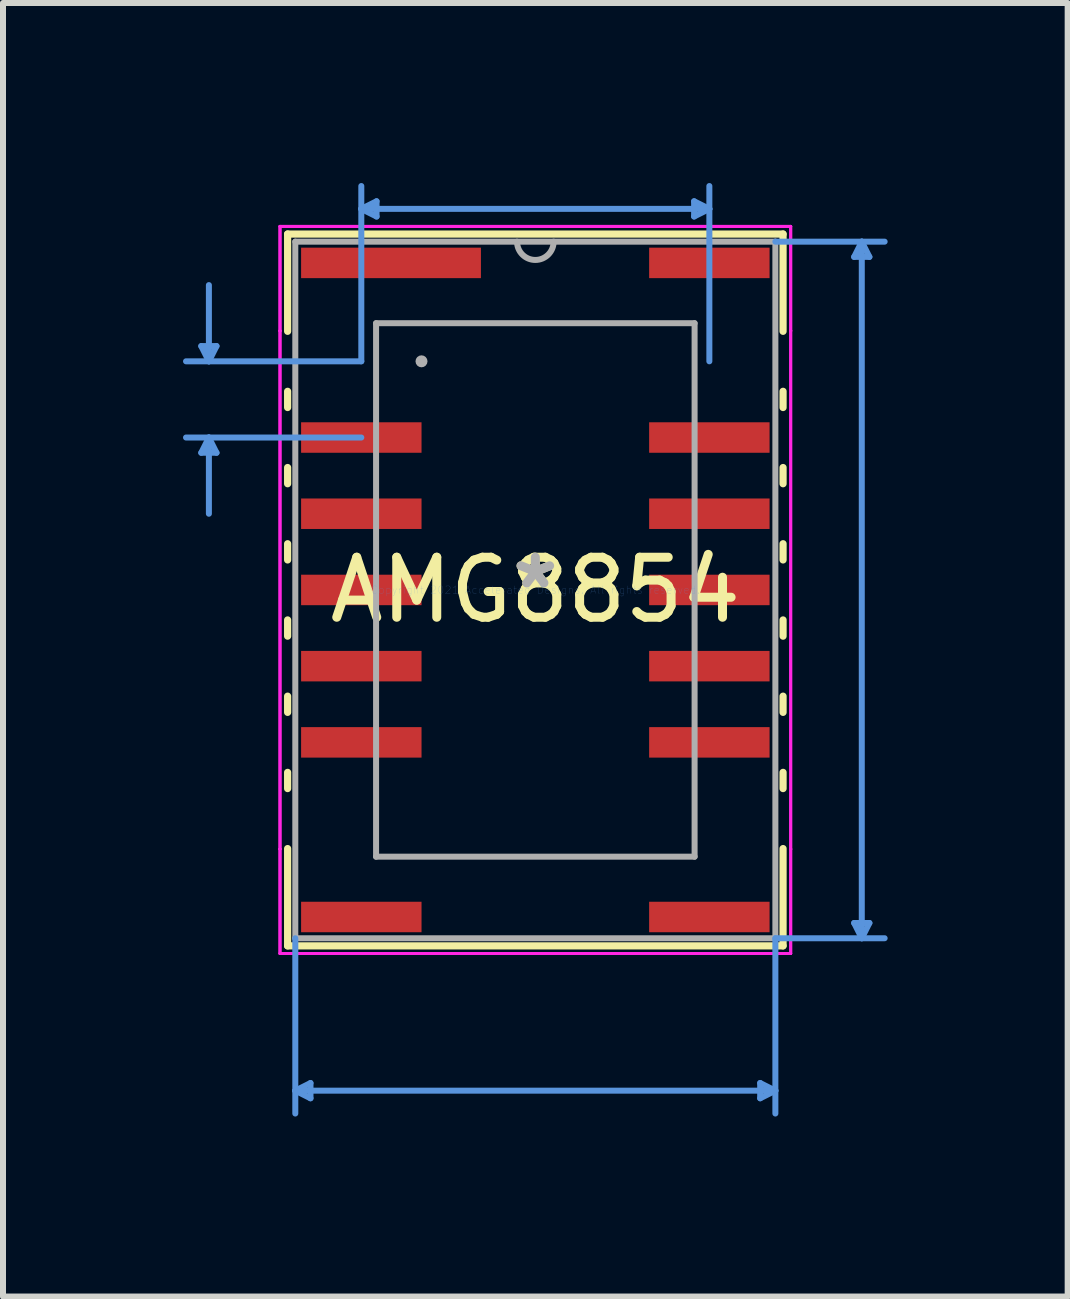
<source format=kicad_pcb>
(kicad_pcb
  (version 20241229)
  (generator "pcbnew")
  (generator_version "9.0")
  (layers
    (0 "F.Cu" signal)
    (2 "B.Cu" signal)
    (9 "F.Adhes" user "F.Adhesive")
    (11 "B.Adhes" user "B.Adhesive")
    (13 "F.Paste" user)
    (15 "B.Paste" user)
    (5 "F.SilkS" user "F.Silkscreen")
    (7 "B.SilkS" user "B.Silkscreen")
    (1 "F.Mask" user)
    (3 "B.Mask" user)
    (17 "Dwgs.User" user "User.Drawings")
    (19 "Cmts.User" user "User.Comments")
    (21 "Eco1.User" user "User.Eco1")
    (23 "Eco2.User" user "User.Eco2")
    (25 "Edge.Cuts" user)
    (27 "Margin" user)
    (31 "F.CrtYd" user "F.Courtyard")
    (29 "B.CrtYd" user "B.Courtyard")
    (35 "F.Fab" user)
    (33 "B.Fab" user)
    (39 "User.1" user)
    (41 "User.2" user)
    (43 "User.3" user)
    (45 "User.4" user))
  (footprint "AMG8854"
    (layer "F.Cu")
    (at 5.871 6.781)
    (property "Reference" "AMG8854" (at 0 0 0) (layer "F.SilkS") (effects (font (size 1 1) (thickness 0.15))))
    (attr through_hole)
    (fp_line (start -4.128 -5.931) (end -4.128 -4.31) (stroke (width 0.12) (type solid)) (layer "F.SilkS"))
    (fp_line (start -4.128 -3.31) (end -4.128 -3.04) (stroke (width 0.12) (type solid)) (layer "F.SilkS"))
    (fp_line (start -4.128 -2.04) (end -4.128 -1.77) (stroke (width 0.12) (type solid)) (layer "F.SilkS"))
    (fp_line (start -4.128 -0.77) (end -4.128 -0.5) (stroke (width 0.12) (type solid)) (layer "F.SilkS"))
    (fp_line (start -4.128 0.5) (end -4.128 0.77) (stroke (width 0.12) (type solid)) (layer "F.SilkS"))
    (fp_line (start -4.128 1.77) (end -4.128 2.04) (stroke (width 0.12) (type solid)) (layer "F.SilkS"))
    (fp_line (start -4.128 3.04) (end -4.128 3.31) (stroke (width 0.12) (type solid)) (layer "F.SilkS"))
    (fp_line (start -4.128 4.31) (end -4.128 5.931) (stroke (width 0.12) (type solid)) (layer "F.SilkS"))
    (fp_line (start -4.128 5.931) (end 4.128 5.931) (stroke (width 0.12) (type solid)) (layer "F.SilkS"))
    (fp_line (start 4.128 -5.931) (end -4.128 -5.931) (stroke (width 0.12) (type solid)) (layer "F.SilkS"))
    (fp_line (start 4.128 -4.31) (end 4.128 -5.931) (stroke (width 0.12) (type solid)) (layer "F.SilkS"))
    (fp_line (start 4.128 -3.04) (end 4.128 -3.31) (stroke (width 0.12) (type solid)) (layer "F.SilkS"))
    (fp_line (start 4.128 -1.77) (end 4.128 -2.04) (stroke (width 0.12) (type solid)) (layer "F.SilkS"))
    (fp_line (start 4.128 -0.5) (end 4.128 -0.77) (stroke (width 0.12) (type solid)) (layer "F.SilkS"))
    (fp_line (start 4.128 0.77) (end 4.128 0.5) (stroke (width 0.12) (type solid)) (layer "F.SilkS"))
    (fp_line (start 4.128 2.04) (end 4.128 1.77) (stroke (width 0.12) (type solid)) (layer "F.SilkS"))
    (fp_line (start 4.128 3.31) (end 4.128 3.04) (stroke (width 0.12) (type solid)) (layer "F.SilkS"))
    (fp_line (start 4.128 5.931) (end 4.128 4.31) (stroke (width 0.12) (type solid)) (layer "F.SilkS"))
    (fp_line (start -5.567 -4.064) (end -5.313 -4.064) (stroke (width 0.1) (type solid)) (layer "Cmts.User"))
    (fp_line (start -5.567 -2.286) (end -5.313 -2.286) (stroke (width 0.1) (type solid)) (layer "Cmts.User"))
    (fp_line (start -5.44 -3.81) (end -5.567 -4.064) (stroke (width 0.1) (type solid)) (layer "Cmts.User"))
    (fp_line (start -5.44 -3.81) (end -5.44 -5.08) (stroke (width 0.1) (type solid)) (layer "Cmts.User"))
    (fp_line (start -5.44 -3.81) (end -5.313 -4.064) (stroke (width 0.1) (type solid)) (layer "Cmts.User"))
    (fp_line (start -5.44 -2.54) (end -5.567 -2.286) (stroke (width 0.1) (type solid)) (layer "Cmts.User"))
    (fp_line (start -5.44 -2.54) (end -5.44 -1.27) (stroke (width 0.1) (type solid)) (layer "Cmts.User"))
    (fp_line (start -5.44 -2.54) (end -5.313 -2.286) (stroke (width 0.1) (type solid)) (layer "Cmts.User"))
    (fp_line (start -4 5.804) (end -4 8.725) (stroke (width 0.1) (type solid)) (layer "Cmts.User"))
    (fp_line (start -4 8.344) (end -3.747 8.217) (stroke (width 0.1) (type solid)) (layer "Cmts.User"))
    (fp_line (start -4 8.344) (end -3.747 8.471) (stroke (width 0.1) (type solid)) (layer "Cmts.User"))
    (fp_line (start -4 8.344) (end 4 8.344) (stroke (width 0.1) (type solid)) (layer "Cmts.User"))
    (fp_line (start -3.747 8.217) (end -3.747 8.471) (stroke (width 0.1) (type solid)) (layer "Cmts.User"))
    (fp_line (start -2.9 -6.35) (end -2.646 -6.477) (stroke (width 0.1) (type solid)) (layer "Cmts.User"))
    (fp_line (start -2.9 -6.35) (end -2.646 -6.223) (stroke (width 0.1) (type solid)) (layer "Cmts.User"))
    (fp_line (start -2.9 -6.35) (end 2.9 -6.35) (stroke (width 0.1) (type solid)) (layer "Cmts.User"))
    (fp_line (start -2.9 -3.81) (end -5.821 -3.81) (stroke (width 0.1) (type solid)) (layer "Cmts.User"))
    (fp_line (start -2.9 -3.81) (end -2.9 -6.731) (stroke (width 0.1) (type solid)) (layer "Cmts.User"))
    (fp_line (start -2.9 -2.54) (end -5.821 -2.54) (stroke (width 0.1) (type solid)) (layer "Cmts.User"))
    (fp_line (start -2.646 -6.477) (end -2.646 -6.223) (stroke (width 0.1) (type solid)) (layer "Cmts.User"))
    (fp_line (start 2.646 -6.477) (end 2.646 -6.223) (stroke (width 0.1) (type solid)) (layer "Cmts.User"))
    (fp_line (start 2.9 -6.35) (end 2.646 -6.477) (stroke (width 0.1) (type solid)) (layer "Cmts.User"))
    (fp_line (start 2.9 -6.35) (end 2.646 -6.223) (stroke (width 0.1) (type solid)) (layer "Cmts.User"))
    (fp_line (start 2.9 -3.81) (end 2.9 -6.731) (stroke (width 0.1) (type solid)) (layer "Cmts.User"))
    (fp_line (start 3.747 8.217) (end 3.747 8.471) (stroke (width 0.1) (type solid)) (layer "Cmts.User"))
    (fp_line (start 4 -5.804) (end 5.821 -5.804) (stroke (width 0.1) (type solid)) (layer "Cmts.User"))
    (fp_line (start 4 5.804) (end 4 8.725) (stroke (width 0.1) (type solid)) (layer "Cmts.User"))
    (fp_line (start 4 5.804) (end 5.821 5.804) (stroke (width 0.1) (type solid)) (layer "Cmts.User"))
    (fp_line (start 4 8.344) (end 3.747 8.217) (stroke (width 0.1) (type solid)) (layer "Cmts.User"))
    (fp_line (start 4 8.344) (end 3.747 8.471) (stroke (width 0.1) (type solid)) (layer "Cmts.User"))
    (fp_line (start 5.313 -5.55) (end 5.567 -5.55) (stroke (width 0.1) (type solid)) (layer "Cmts.User"))
    (fp_line (start 5.313 5.55) (end 5.567 5.55) (stroke (width 0.1) (type solid)) (layer "Cmts.User"))
    (fp_line (start 5.44 -5.804) (end 5.313 -5.55) (stroke (width 0.1) (type solid)) (layer "Cmts.User"))
    (fp_line (start 5.44 -5.804) (end 5.44 5.804) (stroke (width 0.1) (type solid)) (layer "Cmts.User"))
    (fp_line (start 5.44 -5.804) (end 5.567 -5.55) (stroke (width 0.1) (type solid)) (layer "Cmts.User"))
    (fp_line (start 5.44 5.804) (end 5.313 5.55) (stroke (width 0.1) (type solid)) (layer "Cmts.User"))
    (fp_line (start 5.44 5.804) (end 5.567 5.55) (stroke (width 0.1) (type solid)) (layer "Cmts.User"))
    (fp_line (start -4.255 -6.058) (end 4.255 -6.058) (stroke (width 0.05) (type solid)) (layer "F.CrtYd"))
    (fp_line (start -4.255 -6.058) (end 4.255 -6.058) (stroke (width 0.05) (type solid)) (layer "F.CrtYd"))
    (fp_line (start -4.255 -4.318) (end -4.255 -6.058) (stroke (width 0.05) (type solid)) (layer "F.CrtYd"))
    (fp_line (start -4.255 -4.318) (end -4.255 -6.058) (stroke (width 0.05) (type solid)) (layer "F.CrtYd"))
    (fp_line (start -4.255 -4.318) (end -4.255 -4.318) (stroke (width 0.05) (type solid)) (layer "F.CrtYd"))
    (fp_line (start -4.255 -4.318) (end -4.255 -4.318) (stroke (width 0.05) (type solid)) (layer "F.CrtYd"))
    (fp_line (start -4.255 4.318) (end -4.255 -4.318) (stroke (width 0.05) (type solid)) (layer "F.CrtYd"))
    (fp_line (start -4.255 4.318) (end -4.255 -4.318) (stroke (width 0.05) (type solid)) (layer "F.CrtYd"))
    (fp_line (start -4.255 4.318) (end -4.255 4.318) (stroke (width 0.05) (type solid)) (layer "F.CrtYd"))
    (fp_line (start -4.255 4.318) (end -4.255 4.318) (stroke (width 0.05) (type solid)) (layer "F.CrtYd"))
    (fp_line (start -4.255 6.058) (end -4.255 4.318) (stroke (width 0.05) (type solid)) (layer "F.CrtYd"))
    (fp_line (start -4.255 6.058) (end -4.255 4.318) (stroke (width 0.05) (type solid)) (layer "F.CrtYd"))
    (fp_line (start 4.255 -6.058) (end 4.255 -4.318) (stroke (width 0.05) (type solid)) (layer "F.CrtYd"))
    (fp_line (start 4.255 -6.058) (end 4.255 -4.318) (stroke (width 0.05) (type solid)) (layer "F.CrtYd"))
    (fp_line (start 4.255 -4.318) (end 4.255 -4.318) (stroke (width 0.05) (type solid)) (layer "F.CrtYd"))
    (fp_line (start 4.255 -4.318) (end 4.255 -4.318) (stroke (width 0.05) (type solid)) (layer "F.CrtYd"))
    (fp_line (start 4.255 -4.318) (end 4.255 4.318) (stroke (width 0.05) (type solid)) (layer "F.CrtYd"))
    (fp_line (start 4.255 -4.318) (end 4.255 4.318) (stroke (width 0.05) (type solid)) (layer "F.CrtYd"))
    (fp_line (start 4.255 4.318) (end 4.255 4.318) (stroke (width 0.05) (type solid)) (layer "F.CrtYd"))
    (fp_line (start 4.255 4.318) (end 4.255 4.318) (stroke (width 0.05) (type solid)) (layer "F.CrtYd"))
    (fp_line (start 4.255 4.318) (end 4.255 6.058) (stroke (width 0.05) (type solid)) (layer "F.CrtYd"))
    (fp_line (start 4.255 4.318) (end 4.255 6.058) (stroke (width 0.05) (type solid)) (layer "F.CrtYd"))
    (fp_line (start 4.255 6.058) (end -4.255 6.058) (stroke (width 0.05) (type solid)) (layer "F.CrtYd"))
    (fp_line (start 4.255 6.058) (end -4.255 6.058) (stroke (width 0.05) (type solid)) (layer "F.CrtYd"))
    (fp_line (start -4 -5.804) (end -4 5.804) (stroke (width 0.1) (type solid)) (layer "F.Fab"))
    (fp_line (start -4 5.804) (end 4 5.804) (stroke (width 0.1) (type solid)) (layer "F.Fab"))
    (fp_line (start -2.654 -4.445) (end 2.654 -4.445) (stroke (width 0.1) (type solid)) (layer "F.Fab"))
    (fp_line (start -2.654 4.445) (end -2.654 -4.445) (stroke (width 0.1) (type solid)) (layer "F.Fab"))
    (fp_line (start 2.654 -4.445) (end 2.654 4.445) (stroke (width 0.1) (type solid)) (layer "F.Fab"))
    (fp_line (start 2.654 4.445) (end -2.654 4.445) (stroke (width 0.1) (type solid)) (layer "F.Fab"))
    (fp_line (start 4 -5.804) (end -4 -5.804) (stroke (width 0.1) (type solid)) (layer "F.Fab"))
    (fp_line (start 4 5.804) (end 4 -5.804) (stroke (width 0.1) (type solid)) (layer "F.Fab"))
    (fp_arc (start 0.3048 -5.8039) (mid 0 -5.4991) (end -0.3048 -5.8039) (stroke (width 0.1) (type solid)) (layer "F.Fab"))
    (fp_circle (center -1.897 -3.81) (end -1.897 -3.81) (stroke (width 0.1) (type solid)) (fill no) (layer "F.Fab"))
    (fp_text user "*" (at 0 0 0) (layer "F.SilkS") (effects (font (size 1 1) (thickness 0.15))))
    (fp_text user "Copyright 2021 Accelerated Designs. All rights reserved." (at 0 0 0) (layer "Cmts.User") (effects (font (size 0.127 0.127) (thickness 0.002))))
    (fp_text user "*" (at 0 0 0) (layer "F.Fab") (effects (font (size 1 1) (thickness 0.15))))
    (pad "1" smd rect (at -2.405 -5.45) (size 2.997 0.508) (layers "F.Cu" "F.Mask" "F.Paste"))
    (pad "2" smd rect (at -2.9 -2.54) (size 2.007 0.508) (layers "F.Cu" "F.Mask" "F.Paste"))
    (pad "3" smd rect (at -2.9 -1.27) (size 2.007 0.508) (layers "F.Cu" "F.Mask" "F.Paste"))
    (pad "4" smd rect (at -2.9 0) (size 2.007 0.508) (layers "F.Cu" "F.Mask" "F.Paste"))
    (pad "5" smd rect (at -2.9 1.27) (size 2.007 0.508) (layers "F.Cu" "F.Mask" "F.Paste"))
    (pad "6" smd rect (at -2.9 2.54) (size 2.007 0.508) (layers "F.Cu" "F.Mask" "F.Paste"))
    (pad "7" smd rect (at -2.9 5.45) (size 2.007 0.508) (layers "F.Cu" "F.Mask" "F.Paste"))
    (pad "8" smd rect (at 2.9 5.45) (size 2.007 0.508) (layers "F.Cu" "F.Mask" "F.Paste"))
    (pad "9" smd rect (at 2.9 2.54) (size 2.007 0.508) (layers "F.Cu" "F.Mask" "F.Paste"))
    (pad "10" smd rect (at 2.9 1.27) (size 2.007 0.508) (layers "F.Cu" "F.Mask" "F.Paste"))
    (pad "11" smd rect (at 2.9 0) (size 2.007 0.508) (layers "F.Cu" "F.Mask" "F.Paste"))
    (pad "12" smd rect (at 2.9 -1.27) (size 2.007 0.508) (layers "F.Cu" "F.Mask" "F.Paste"))
    (pad "13" smd rect (at 2.9 -2.54) (size 2.007 0.508) (layers "F.Cu" "F.Mask" "F.Paste"))
    (pad "14" smd rect (at 2.9 -5.45) (size 2.007 0.508) (layers "F.Cu" "F.Mask" "F.Paste")))
  (gr_rect
    (start -3 -3)
    (end 14.742 18.556)
    (stroke (width 0.1) (type default))
    (fill no)
    (layer "Edge.Cuts")))
</source>
